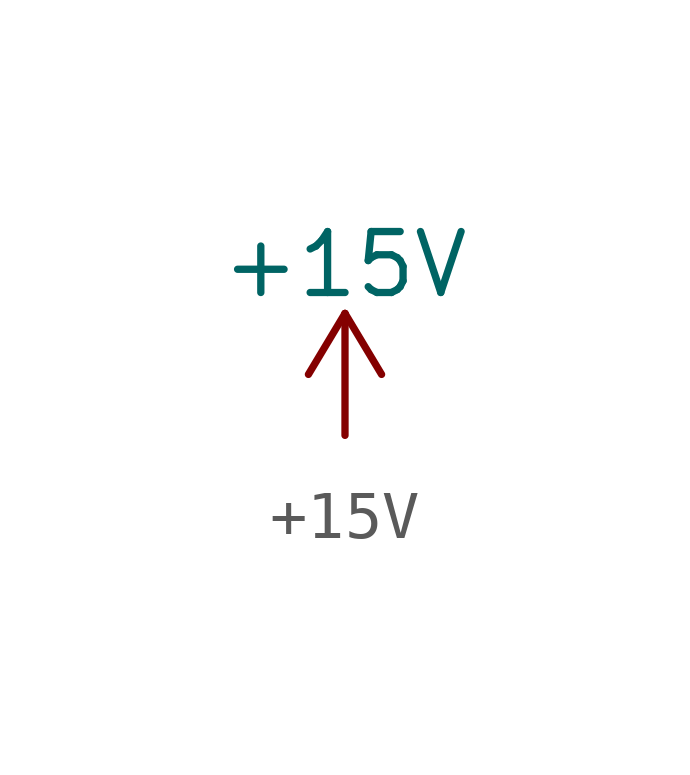
<source format=kicad_sym>
(kicad_symbol_lib
  (version 20201005)
  (generator kicad_symbol_editor)
  (symbol "+15V"
    (power)
    (pin_names
      (offset 0))
    (property "Reference" "#PWR"
      (at 0 -3.81 0)
      (effects (font (size 1.27 1.27)) hide))
    (property "Value" "+15V"
      (at 0 3.556 0)
      (effects (font (size 1.27 1.27))))
    (symbol "+15V_0_1"
      (polyline (pts (xy -0.762 1.27) (xy 0 2.54)) (stroke (width 0)) (fill (type none)))
      (polyline (pts (xy 0 0) (xy 0 2.54)) (stroke (width 0)) (fill (type none)))
      (polyline (pts (xy 0 2.54) (xy 0.762 1.27)) (stroke (width 0)) (fill (type none))))
    (symbol "+15V_1_1"
      (pin power_in line (at 0 0 90) (length 0) hide (name "+15V" (effects (font (size 1.27 1.27)))) (number "1" (effects (font (size 1.27 1.27))))))))
</source>
